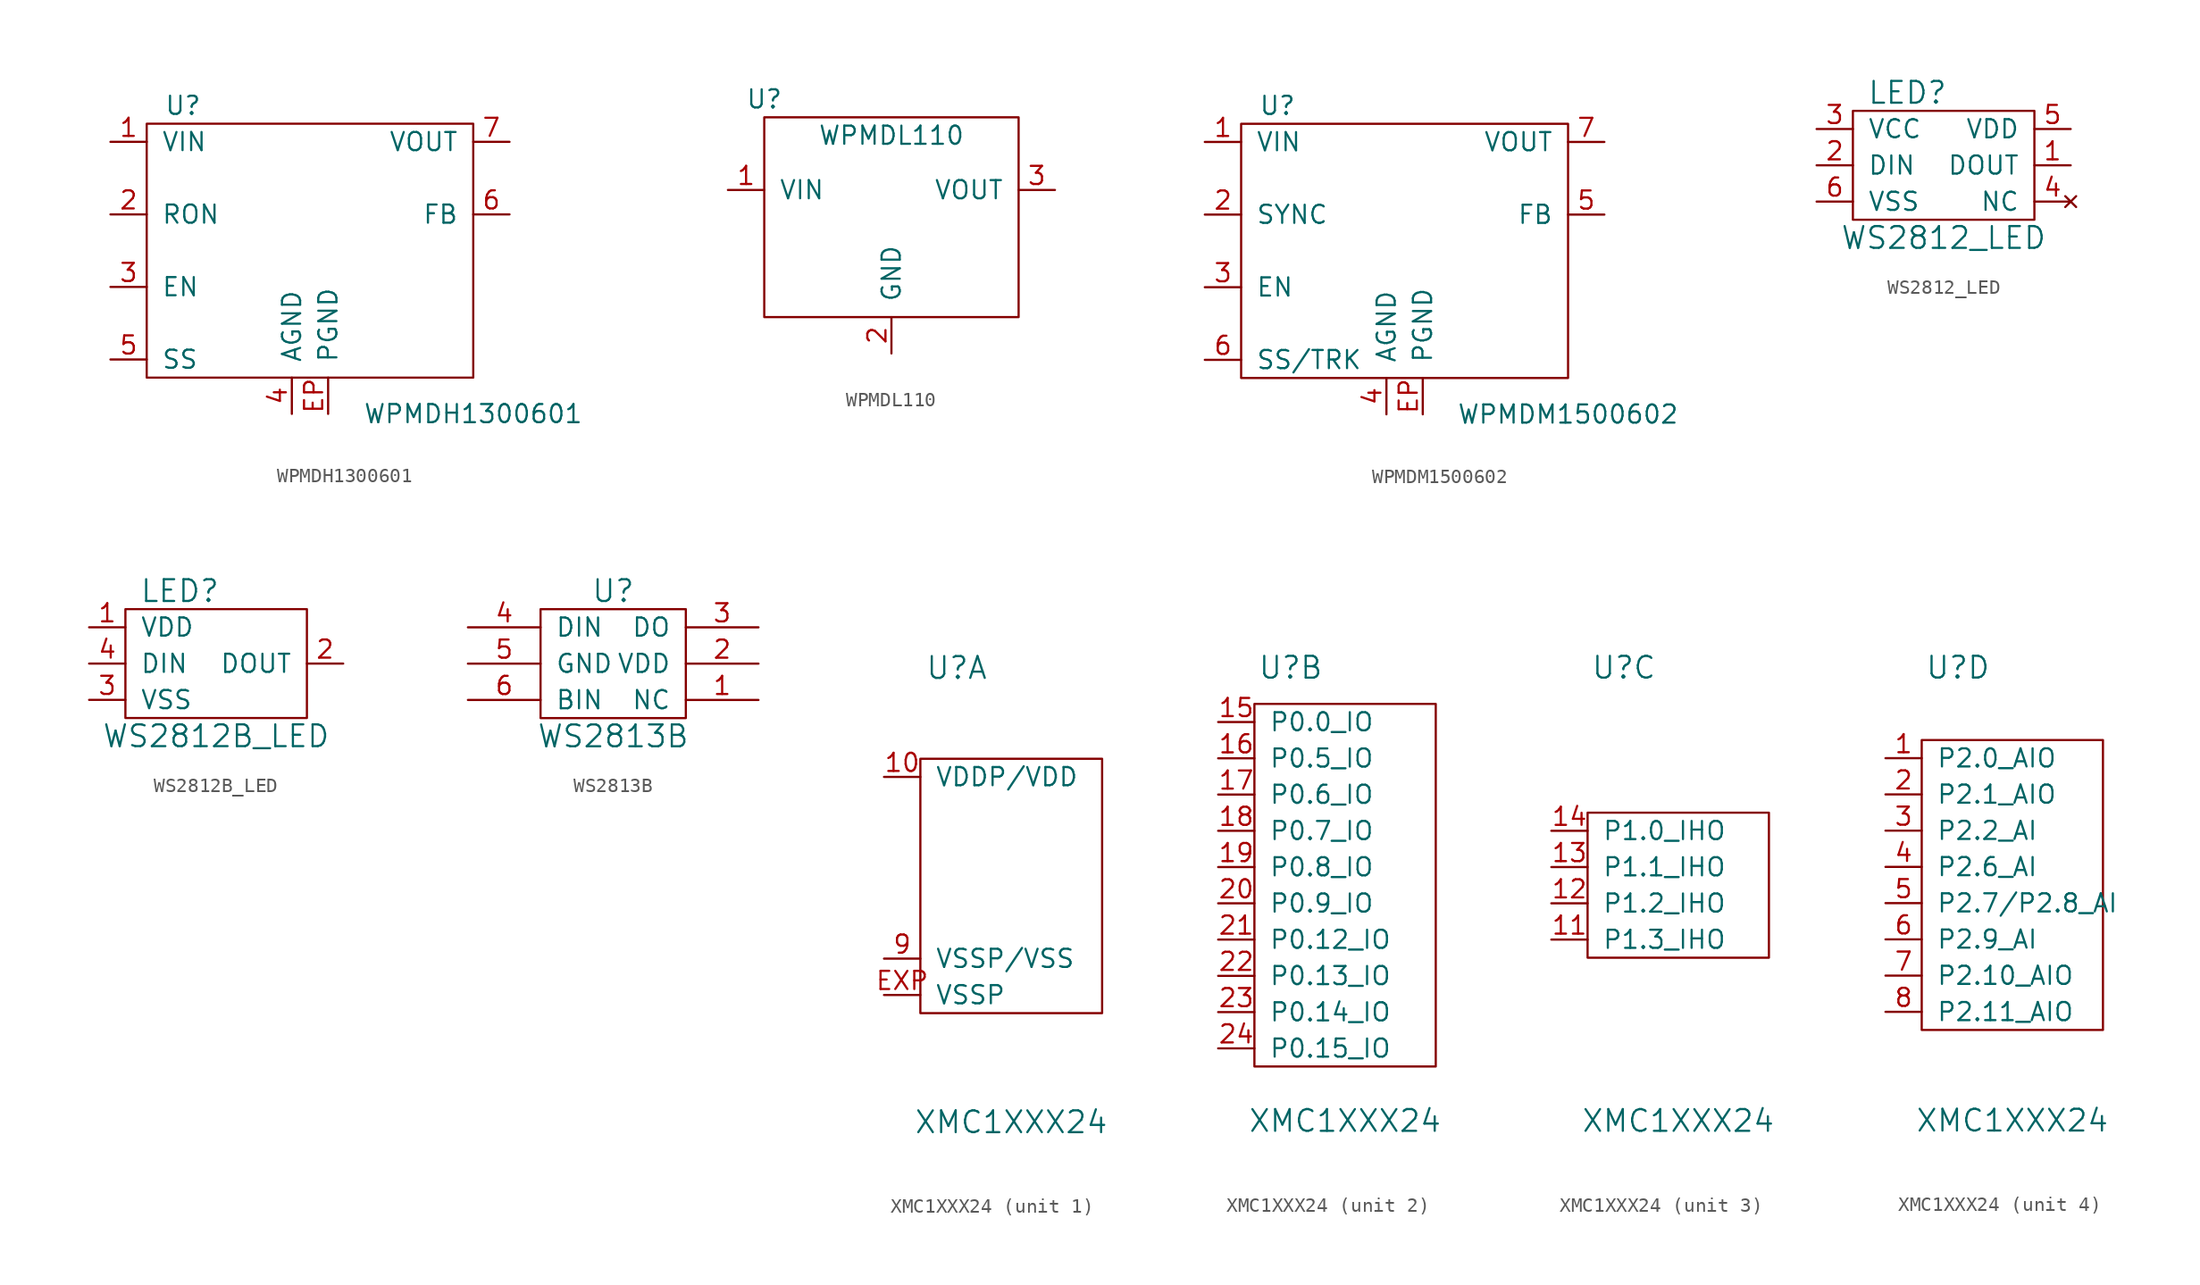
<source format=kicad_sym>
(kicad_symbol_lib
  (version 20210619)
  (generator kicad_symbol_editor)
  (symbol "tinkerforge:WPMDH1300601"
    (pin_names
      (offset 1.016))
    (property "Reference" "U"
      (at -8.89 10.16 0)
      (effects (font (size 1.27 1.27))))
    (property "Value" "WPMDH1300601"
      (at 11.43 -11.43 0)
      (effects (font (size 1.27 1.27))))
    (symbol "WPMDH1300601_0_1"
      (rectangle (start -11.43 8.89) (end 11.43 -8.89) (stroke (width 0)) (fill (type none))))
    (symbol "WPMDH1300601_1_1"
      (pin passive line (at -13.97 7.62 0) (length 2.54) (name "VIN" (effects (font (size 1.27 1.27)))) (number "1" (effects (font (size 1.27 1.27)))))
      (pin passive line (at -13.97 2.54 0) (length 2.54) (name "RON" (effects (font (size 1.27 1.27)))) (number "2" (effects (font (size 1.27 1.27)))))
      (pin passive line (at -13.97 -2.54 0) (length 2.54) (name "EN" (effects (font (size 1.27 1.27)))) (number "3" (effects (font (size 1.27 1.27)))))
      (pin passive line (at -1.27 -11.43 90) (length 2.54) (name "AGND" (effects (font (size 1.27 1.27)))) (number "4" (effects (font (size 1.27 1.27)))))
      (pin passive line (at -13.97 -7.62 0) (length 2.54) (name "SS" (effects (font (size 1.27 1.27)))) (number "5" (effects (font (size 1.27 1.27)))))
      (pin passive line (at 13.97 2.54 180) (length 2.54) (name "FB" (effects (font (size 1.27 1.27)))) (number "6" (effects (font (size 1.27 1.27)))))
      (pin passive line (at 13.97 7.62 180) (length 2.54) (name "VOUT" (effects (font (size 1.27 1.27)))) (number "7" (effects (font (size 1.27 1.27)))))
      (pin passive line (at 1.27 -11.43 90) (length 2.54) (name "PGND" (effects (font (size 1.27 1.27)))) (number "EP" (effects (font (size 1.27 1.27)))))))
  (symbol "tinkerforge:WPMDL110"
    (pin_names
      (offset 1.016))
    (property "Reference" "U"
      (at -8.89 6.35 0)
      (effects (font (size 1.27 1.27))))
    (property "Value" "WPMDL110"
      (at 0 3.81 0)
      (effects (font (size 1.27 1.27))))
    (symbol "WPMDL110_0_1"
      (rectangle (start -8.89 5.08) (end 8.89 -8.89) (stroke (width 0)) (fill (type none))))
    (symbol "WPMDL110_1_1"
      (pin input line (at -11.43 0 0) (length 2.54) (name "VIN" (effects (font (size 1.27 1.27)))) (number "1" (effects (font (size 1.27 1.27)))))
      (pin input line (at 0 -11.43 90) (length 2.54) (name "GND" (effects (font (size 1.27 1.27)))) (number "2" (effects (font (size 1.27 1.27)))))
      (pin input line (at 11.43 0 180) (length 2.54) (name "VOUT" (effects (font (size 1.27 1.27)))) (number "3" (effects (font (size 1.27 1.27)))))))
  (symbol "tinkerforge:WPMDM1500602"
    (pin_names
      (offset 1.016))
    (property "Reference" "U"
      (at -8.89 10.16 0)
      (effects (font (size 1.27 1.27))))
    (property "Value" "WPMDM1500602"
      (at 11.43 -11.43 0)
      (effects (font (size 1.27 1.27))))
    (symbol "WPMDM1500602_0_1"
      (rectangle (start -11.43 8.89) (end 11.43 -8.89) (stroke (width 0)) (fill (type none))))
    (symbol "WPMDM1500602_1_1"
      (pin passive line (at -13.97 7.62 0) (length 2.54) (name "VIN" (effects (font (size 1.27 1.27)))) (number "1" (effects (font (size 1.27 1.27)))))
      (pin passive line (at -13.97 2.54 0) (length 2.54) (name "SYNC" (effects (font (size 1.27 1.27)))) (number "2" (effects (font (size 1.27 1.27)))))
      (pin passive line (at -13.97 -2.54 0) (length 2.54) (name "EN" (effects (font (size 1.27 1.27)))) (number "3" (effects (font (size 1.27 1.27)))))
      (pin passive line (at -1.27 -11.43 90) (length 2.54) (name "AGND" (effects (font (size 1.27 1.27)))) (number "4" (effects (font (size 1.27 1.27)))))
      (pin passive line (at 13.97 2.54 180) (length 2.54) (name "FB" (effects (font (size 1.27 1.27)))) (number "5" (effects (font (size 1.27 1.27)))))
      (pin passive line (at -13.97 -7.62 0) (length 2.54) (name "SS/TRK" (effects (font (size 1.27 1.27)))) (number "6" (effects (font (size 1.27 1.27)))))
      (pin passive line (at 13.97 7.62 180) (length 2.54) (name "VOUT" (effects (font (size 1.27 1.27)))) (number "7" (effects (font (size 1.27 1.27)))))
      (pin passive line (at 1.27 -11.43 90) (length 2.54) (name "PGND" (effects (font (size 1.27 1.27)))) (number "EP" (effects (font (size 1.27 1.27)))))))
  (symbol "tinkerforge:WS2812_LED"
    (pin_names
      (offset 1.016))
    (property "Reference" "LED"
      (at -2.54 5.08 0)
      (effects (font (size 1.524 1.524))))
    (property "Value" "WS2812_LED"
      (at 0 -5.08 0)
      (effects (font (size 1.524 1.524))))
    (property "Footprint" ""
      (at 0 0 0)
      (effects (font (size 1.524 1.524))))
    (property "Datasheet" ""
      (at 0 0 0)
      (effects (font (size 1.524 1.524))))
    (symbol "WS2812_LED_0_1"
      (rectangle (start -6.35 3.81) (end 6.35 -3.81) (stroke (width 0)) (fill (type none))))
    (symbol "WS2812_LED_1_1"
      (pin input line (at 8.89 0 180) (length 2.54) (name "DOUT" (effects (font (size 1.27 1.27)))) (number "1" (effects (font (size 1.27 1.27)))))
      (pin input line (at -8.89 0 0) (length 2.54) (name "DIN" (effects (font (size 1.27 1.27)))) (number "2" (effects (font (size 1.27 1.27)))))
      (pin input line (at -8.89 2.54 0) (length 2.54) (name "VCC" (effects (font (size 1.27 1.27)))) (number "3" (effects (font (size 1.27 1.27)))))
      (pin no_connect line (at 8.89 -2.54 180) (length 2.54) (name "NC" (effects (font (size 1.27 1.27)))) (number "4" (effects (font (size 1.27 1.27)))))
      (pin input line (at 8.89 2.54 180) (length 2.54) (name "VDD" (effects (font (size 1.27 1.27)))) (number "5" (effects (font (size 1.27 1.27)))))
      (pin input line (at -8.89 -2.54 0) (length 2.54) (name "VSS" (effects (font (size 1.27 1.27)))) (number "6" (effects (font (size 1.27 1.27)))))))
  (symbol "tinkerforge:WS2812B_LED"
    (pin_names
      (offset 1.016))
    (property "Reference" "LED"
      (at -2.54 5.08 0)
      (effects (font (size 1.524 1.524))))
    (property "Value" "WS2812B_LED"
      (at 0 -5.08 0)
      (effects (font (size 1.524 1.524))))
    (property "Footprint" ""
      (at 0 0 0)
      (effects (font (size 1.524 1.524))))
    (property "Datasheet" ""
      (at 0 0 0)
      (effects (font (size 1.524 1.524))))
    (symbol "WS2812B_LED_0_1"
      (rectangle (start -6.35 3.81) (end 6.35 -3.81) (stroke (width 0)) (fill (type none))))
    (symbol "WS2812B_LED_1_1"
      (pin passive line (at -8.89 2.54 0) (length 2.54) (name "VDD" (effects (font (size 1.27 1.27)))) (number "1" (effects (font (size 1.27 1.27)))))
      (pin passive line (at 8.89 0 180) (length 2.54) (name "DOUT" (effects (font (size 1.27 1.27)))) (number "2" (effects (font (size 1.27 1.27)))))
      (pin passive line (at -8.89 -2.54 0) (length 2.54) (name "VSS" (effects (font (size 1.27 1.27)))) (number "3" (effects (font (size 1.27 1.27)))))
      (pin passive line (at -8.89 0 0) (length 2.54) (name "DIN" (effects (font (size 1.27 1.27)))) (number "4" (effects (font (size 1.27 1.27)))))))
  (symbol "tinkerforge:WS2813B"
    (pin_names
      (offset 1.016))
    (property "Reference" "U"
      (at 0 5.08 0)
      (effects (font (size 1.524 1.524))))
    (property "Value" "WS2813B"
      (at 0 -5.08 0)
      (effects (font (size 1.524 1.524))))
    (symbol "WS2813B_0_1"
      (rectangle (start -5.08 3.81) (end 5.08 -3.81) (stroke (width 0)) (fill (type none))))
    (symbol "WS2813B_1_1"
      (pin input line (at 10.16 -2.54 180) (length 5.08) (name "NC" (effects (font (size 1.27 1.27)))) (number "1" (effects (font (size 1.27 1.27)))))
      (pin input line (at 10.16 0 180) (length 5.08) (name "VDD" (effects (font (size 1.27 1.27)))) (number "2" (effects (font (size 1.27 1.27)))))
      (pin output line (at 10.16 2.54 180) (length 5.08) (name "DO" (effects (font (size 1.27 1.27)))) (number "3" (effects (font (size 1.27 1.27)))))
      (pin input line (at -10.16 2.54 0) (length 5.08) (name "DIN" (effects (font (size 1.27 1.27)))) (number "4" (effects (font (size 1.27 1.27)))))
      (pin input line (at -10.16 0 0) (length 5.08) (name "GND" (effects (font (size 1.27 1.27)))) (number "5" (effects (font (size 1.27 1.27)))))
      (pin input line (at -10.16 -2.54 0) (length 5.08) (name "BIN" (effects (font (size 1.27 1.27)))) (number "6" (effects (font (size 1.27 1.27)))))))
  (symbol "tinkerforge:XMC1XXX24"
    (pin_names
      (offset 1.016))
    (property "Reference" "U"
      (at -3.81 15.24 0)
      (effects (font (size 1.524 1.524))))
    (property "Value" "XMC1XXX24"
      (at 0 -16.51 0)
      (effects (font (size 1.524 1.524))))
    (property "Footprint" ""
      (at 3.81 19.05 0)
      (effects (font (size 1.524 1.524))))
    (property "Datasheet" ""
      (at 3.81 19.05 0)
      (effects (font (size 1.524 1.524))))
    (symbol "XMC1XXX24_1_1"
      (rectangle (start -6.35 8.89) (end 6.35 -8.89) (stroke (width 0)) (fill (type none)))
      (pin passive line (at -8.89 7.62 0) (length 2.54) (name "VDDP/VDD" (effects (font (size 1.27 1.27)))) (number "10" (effects (font (size 1.27 1.27)))))
      (pin passive line (at -8.89 -5.08 0) (length 2.54) (name "VSSP/VSS" (effects (font (size 1.27 1.27)))) (number "9" (effects (font (size 1.27 1.27)))))
      (pin passive line (at -8.89 -7.62 0) (length 2.54) (name "VSSP" (effects (font (size 1.27 1.27)))) (number "EXP" (effects (font (size 1.27 1.27))))))
    (symbol "XMC1XXX24_2_1"
      (rectangle (start -6.35 12.7) (end 6.35 -12.7) (stroke (width 0)) (fill (type none)))
      (pin passive line (at -8.89 11.43 0) (length 2.54) (name "P0.0_IO" (effects (font (size 1.27 1.27)))) (number "15" (effects (font (size 1.27 1.27)))))
      (pin passive line (at -8.89 8.89 0) (length 2.54) (name "P0.5_IO" (effects (font (size 1.27 1.27)))) (number "16" (effects (font (size 1.27 1.27)))))
      (pin passive line (at -8.89 6.35 0) (length 2.54) (name "P0.6_IO" (effects (font (size 1.27 1.27)))) (number "17" (effects (font (size 1.27 1.27)))))
      (pin passive line (at -8.89 3.81 0) (length 2.54) (name "P0.7_IO" (effects (font (size 1.27 1.27)))) (number "18" (effects (font (size 1.27 1.27)))))
      (pin passive line (at -8.89 1.27 0) (length 2.54) (name "P0.8_IO" (effects (font (size 1.27 1.27)))) (number "19" (effects (font (size 1.27 1.27)))))
      (pin passive line (at -8.89 -1.27 0) (length 2.54) (name "P0.9_IO" (effects (font (size 1.27 1.27)))) (number "20" (effects (font (size 1.27 1.27)))))
      (pin passive line (at -8.89 -3.81 0) (length 2.54) (name "P0.12_IO" (effects (font (size 1.27 1.27)))) (number "21" (effects (font (size 1.27 1.27)))))
      (pin passive line (at -8.89 -6.35 0) (length 2.54) (name "P0.13_IO" (effects (font (size 1.27 1.27)))) (number "22" (effects (font (size 1.27 1.27)))))
      (pin passive line (at -8.89 -8.89 0) (length 2.54) (name "P0.14_IO" (effects (font (size 1.27 1.27)))) (number "23" (effects (font (size 1.27 1.27)))))
      (pin passive line (at -8.89 -11.43 0) (length 2.54) (name "P0.15_IO" (effects (font (size 1.27 1.27)))) (number "24" (effects (font (size 1.27 1.27))))))
    (symbol "XMC1XXX24_3_1"
      (rectangle (start -6.35 5.08) (end 6.35 -5.08) (stroke (width 0)) (fill (type none)))
      (pin passive line (at -8.89 -3.81 0) (length 2.54) (name "P1.3_IHO" (effects (font (size 1.27 1.27)))) (number "11" (effects (font (size 1.27 1.27)))))
      (pin passive line (at -8.89 -1.27 0) (length 2.54) (name "P1.2_IHO" (effects (font (size 1.27 1.27)))) (number "12" (effects (font (size 1.27 1.27)))))
      (pin passive line (at -8.89 1.27 0) (length 2.54) (name "P1.1_IHO" (effects (font (size 1.27 1.27)))) (number "13" (effects (font (size 1.27 1.27)))))
      (pin passive line (at -8.89 3.81 0) (length 2.54) (name "P1.0_IHO" (effects (font (size 1.27 1.27)))) (number "14" (effects (font (size 1.27 1.27))))))
    (symbol "XMC1XXX24_4_1"
      (rectangle (start -6.35 10.16) (end 6.35 -10.16) (stroke (width 0)) (fill (type none)))
      (pin passive line (at -8.89 8.89 0) (length 2.54) (name "P2.0_AIO" (effects (font (size 1.27 1.27)))) (number "1" (effects (font (size 1.27 1.27)))))
      (pin passive line (at -8.89 6.35 0) (length 2.54) (name "P2.1_AIO" (effects (font (size 1.27 1.27)))) (number "2" (effects (font (size 1.27 1.27)))))
      (pin passive line (at -8.89 3.81 0) (length 2.54) (name "P2.2_AI" (effects (font (size 1.27 1.27)))) (number "3" (effects (font (size 1.27 1.27)))))
      (pin passive line (at -8.89 1.27 0) (length 2.54) (name "P2.6_AI" (effects (font (size 1.27 1.27)))) (number "4" (effects (font (size 1.27 1.27)))))
      (pin passive line (at -8.89 -1.27 0) (length 2.54) (name "P2.7/P2.8_AI" (effects (font (size 1.27 1.27)))) (number "5" (effects (font (size 1.27 1.27)))))
      (pin passive line (at -8.89 -3.81 0) (length 2.54) (name "P2.9_AI" (effects (font (size 1.27 1.27)))) (number "6" (effects (font (size 1.27 1.27)))))
      (pin passive line (at -8.89 -6.35 0) (length 2.54) (name "P2.10_AIO" (effects (font (size 1.27 1.27)))) (number "7" (effects (font (size 1.27 1.27)))))
      (pin passive line (at -8.89 -8.89 0) (length 2.54) (name "P2.11_AIO" (effects (font (size 1.27 1.27)))) (number "8" (effects (font (size 1.27 1.27))))))))
</source>
